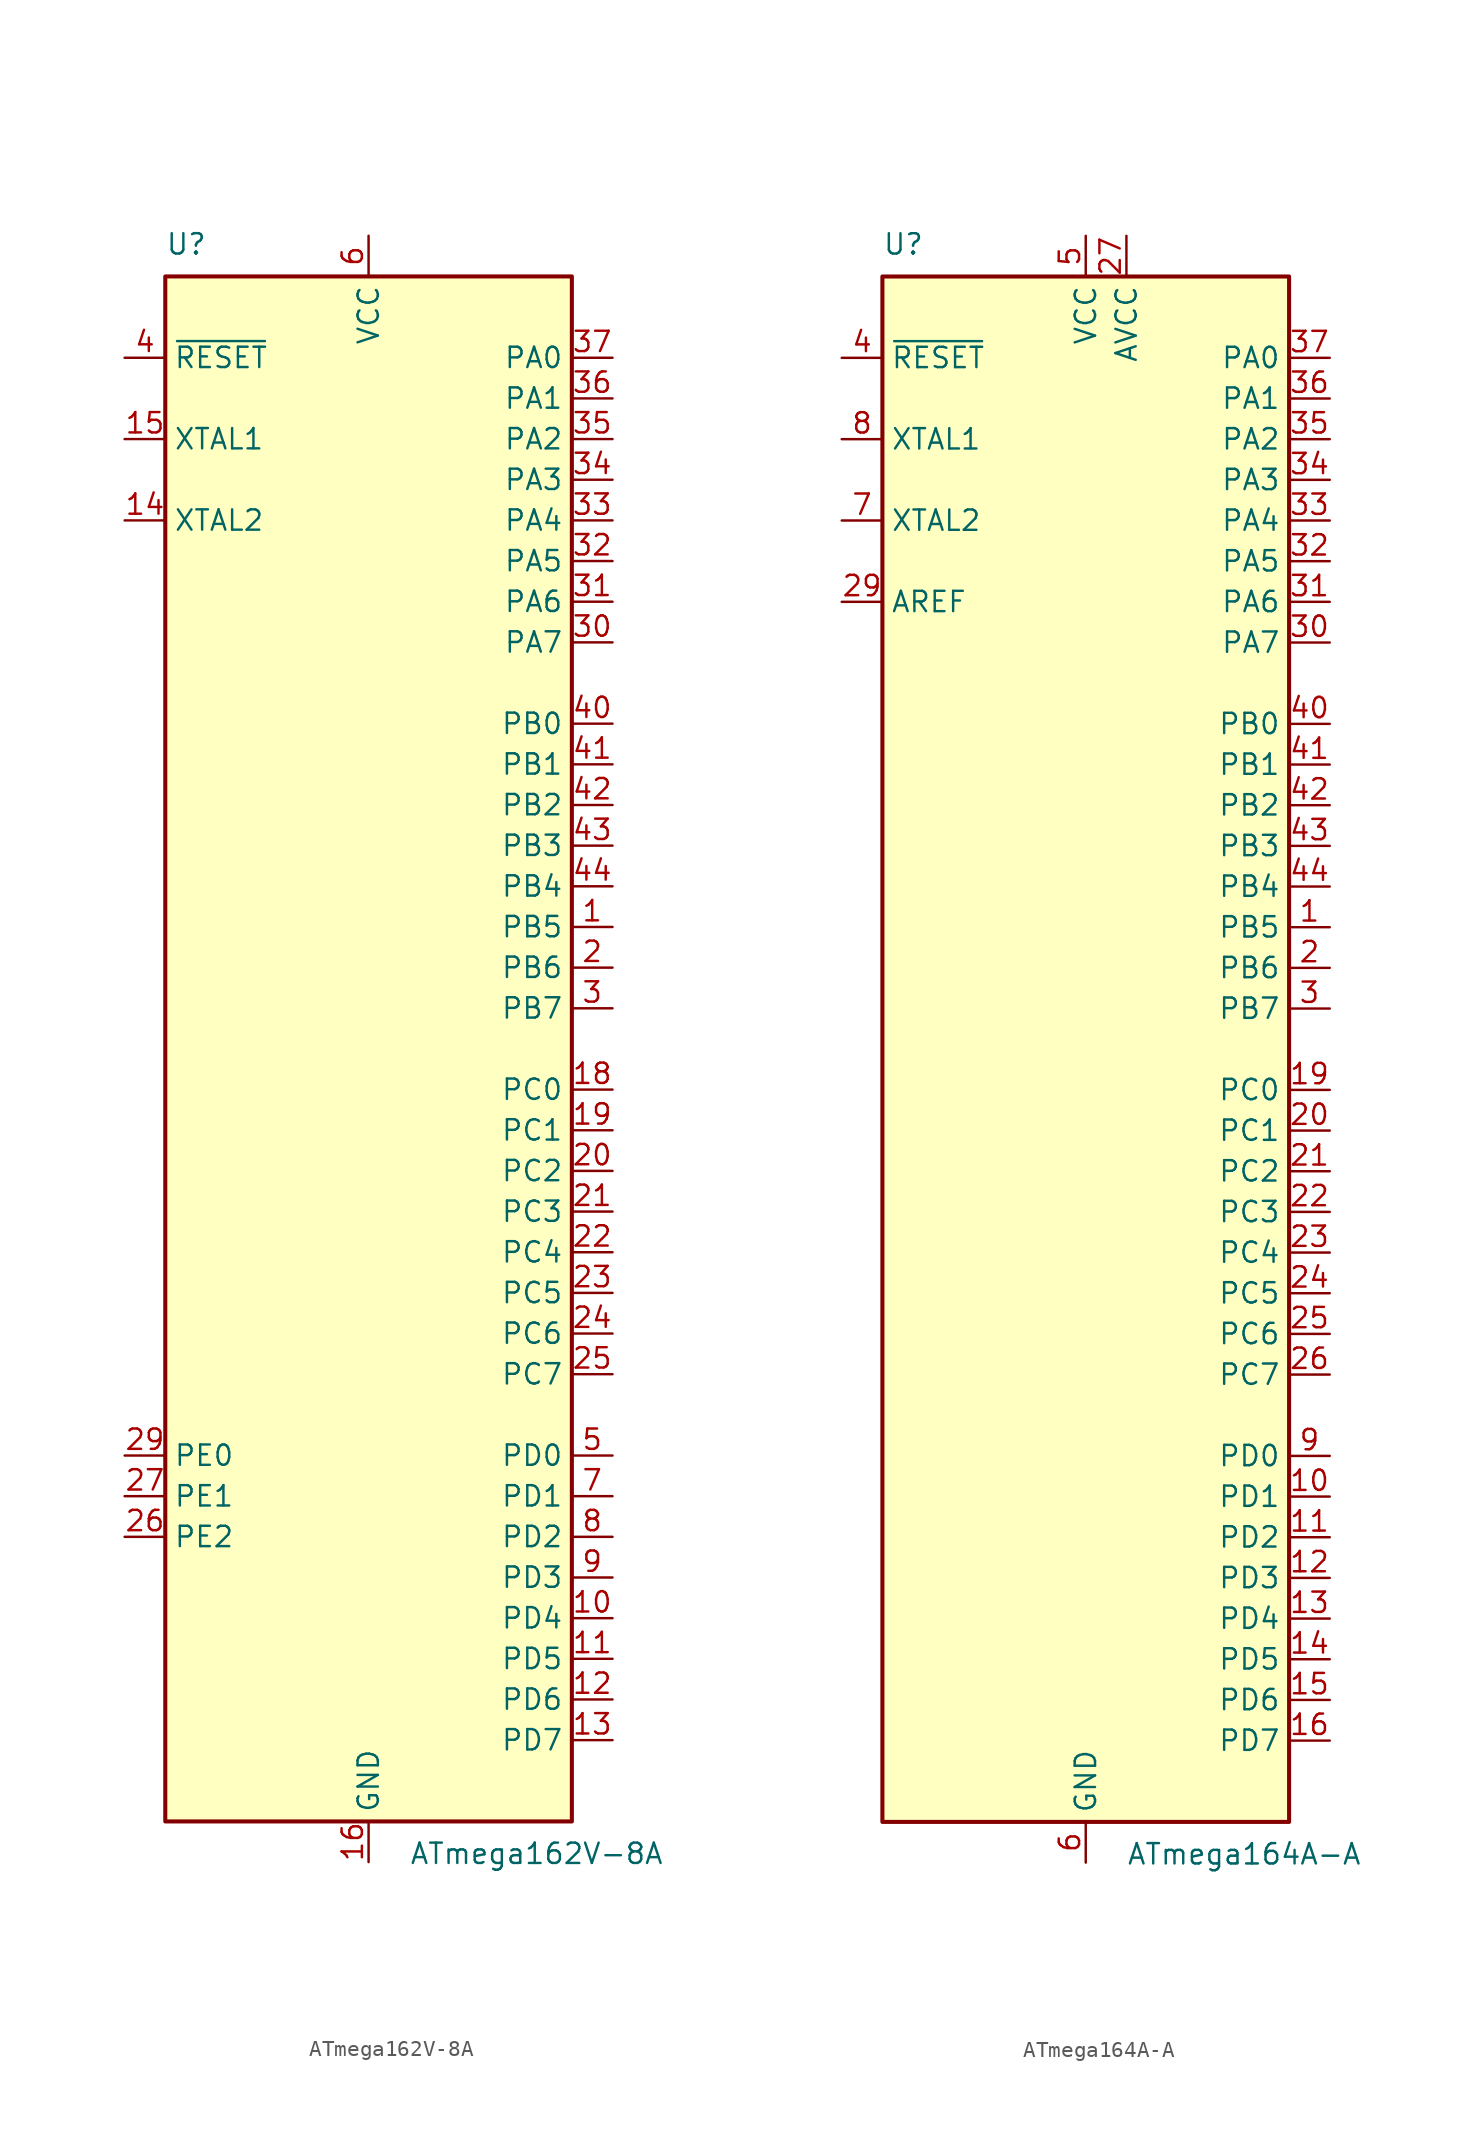
<source format=kicad_sym>
(kicad_symbol_lib
  (version 20211014)
  (generator kicad_symbol_editor)
  (symbol "ATmega162V-8A"
    (property "Reference" "U"
      (at -12.7 49.53 0)
      (effects (font (size 1.27 1.27)) (justify left bottom)))
    (property "Value" "ATmega162V-8A"
      (at 2.54 -49.53 0)
      (effects (font (size 1.27 1.27)) (justify left top)))
    (symbol "ATmega162V-8A_0_1"
      (rectangle (start -12.7 -48.26) (end 12.7 48.26) (stroke (width 0.254) (type default) (color 0 0 0 0)) (fill (type background))))
    (symbol "ATmega162V-8A_1_1"
      (pin bidirectional line (at 15.24 7.62 180) (length 2.54) (name "PB5" (effects (font (size 1.27 1.27)))) (number "1" (effects (font (size 1.27 1.27)))))
      (pin bidirectional line (at 15.24 -35.56 180) (length 2.54) (name "PD4" (effects (font (size 1.27 1.27)))) (number "10" (effects (font (size 1.27 1.27)))))
      (pin bidirectional line (at 15.24 -38.1 180) (length 2.54) (name "PD5" (effects (font (size 1.27 1.27)))) (number "11" (effects (font (size 1.27 1.27)))))
      (pin bidirectional line (at 15.24 -40.64 180) (length 2.54) (name "PD6" (effects (font (size 1.27 1.27)))) (number "12" (effects (font (size 1.27 1.27)))))
      (pin bidirectional line (at 15.24 -43.18 180) (length 2.54) (name "PD7" (effects (font (size 1.27 1.27)))) (number "13" (effects (font (size 1.27 1.27)))))
      (pin output line (at -15.24 33.02 0) (length 2.54) (name "XTAL2" (effects (font (size 1.27 1.27)))) (number "14" (effects (font (size 1.27 1.27)))))
      (pin input line (at -15.24 38.1 0) (length 2.54) (name "XTAL1" (effects (font (size 1.27 1.27)))) (number "15" (effects (font (size 1.27 1.27)))))
      (pin power_in line (at 0 -50.8 90) (length 2.54) (name "GND" (effects (font (size 1.27 1.27)))) (number "16" (effects (font (size 1.27 1.27)))))
      (pin passive line (at 0 50.8 270) (length 2.54) hide (name "VCC" (effects (font (size 1.27 1.27)))) (number "17" (effects (font (size 1.27 1.27)))))
      (pin bidirectional line (at 15.24 -2.54 180) (length 2.54) (name "PC0" (effects (font (size 1.27 1.27)))) (number "18" (effects (font (size 1.27 1.27)))))
      (pin bidirectional line (at 15.24 -5.08 180) (length 2.54) (name "PC1" (effects (font (size 1.27 1.27)))) (number "19" (effects (font (size 1.27 1.27)))))
      (pin bidirectional line (at 15.24 5.08 180) (length 2.54) (name "PB6" (effects (font (size 1.27 1.27)))) (number "2" (effects (font (size 1.27 1.27)))))
      (pin bidirectional line (at 15.24 -7.62 180) (length 2.54) (name "PC2" (effects (font (size 1.27 1.27)))) (number "20" (effects (font (size 1.27 1.27)))))
      (pin bidirectional line (at 15.24 -10.16 180) (length 2.54) (name "PC3" (effects (font (size 1.27 1.27)))) (number "21" (effects (font (size 1.27 1.27)))))
      (pin bidirectional line (at 15.24 -12.7 180) (length 2.54) (name "PC4" (effects (font (size 1.27 1.27)))) (number "22" (effects (font (size 1.27 1.27)))))
      (pin bidirectional line (at 15.24 -15.24 180) (length 2.54) (name "PC5" (effects (font (size 1.27 1.27)))) (number "23" (effects (font (size 1.27 1.27)))))
      (pin bidirectional line (at 15.24 -17.78 180) (length 2.54) (name "PC6" (effects (font (size 1.27 1.27)))) (number "24" (effects (font (size 1.27 1.27)))))
      (pin bidirectional line (at 15.24 -20.32 180) (length 2.54) (name "PC7" (effects (font (size 1.27 1.27)))) (number "25" (effects (font (size 1.27 1.27)))))
      (pin bidirectional line (at -15.24 -30.48 0) (length 2.54) (name "PE2" (effects (font (size 1.27 1.27)))) (number "26" (effects (font (size 1.27 1.27)))))
      (pin bidirectional line (at -15.24 -27.94 0) (length 2.54) (name "PE1" (effects (font (size 1.27 1.27)))) (number "27" (effects (font (size 1.27 1.27)))))
      (pin passive line (at 0 -50.8 90) (length 2.54) hide (name "GND" (effects (font (size 1.27 1.27)))) (number "28" (effects (font (size 1.27 1.27)))))
      (pin bidirectional line (at -15.24 -25.4 0) (length 2.54) (name "PE0" (effects (font (size 1.27 1.27)))) (number "29" (effects (font (size 1.27 1.27)))))
      (pin bidirectional line (at 15.24 2.54 180) (length 2.54) (name "PB7" (effects (font (size 1.27 1.27)))) (number "3" (effects (font (size 1.27 1.27)))))
      (pin bidirectional line (at 15.24 25.4 180) (length 2.54) (name "PA7" (effects (font (size 1.27 1.27)))) (number "30" (effects (font (size 1.27 1.27)))))
      (pin bidirectional line (at 15.24 27.94 180) (length 2.54) (name "PA6" (effects (font (size 1.27 1.27)))) (number "31" (effects (font (size 1.27 1.27)))))
      (pin bidirectional line (at 15.24 30.48 180) (length 2.54) (name "PA5" (effects (font (size 1.27 1.27)))) (number "32" (effects (font (size 1.27 1.27)))))
      (pin bidirectional line (at 15.24 33.02 180) (length 2.54) (name "PA4" (effects (font (size 1.27 1.27)))) (number "33" (effects (font (size 1.27 1.27)))))
      (pin bidirectional line (at 15.24 35.56 180) (length 2.54) (name "PA3" (effects (font (size 1.27 1.27)))) (number "34" (effects (font (size 1.27 1.27)))))
      (pin bidirectional line (at 15.24 38.1 180) (length 2.54) (name "PA2" (effects (font (size 1.27 1.27)))) (number "35" (effects (font (size 1.27 1.27)))))
      (pin bidirectional line (at 15.24 40.64 180) (length 2.54) (name "PA1" (effects (font (size 1.27 1.27)))) (number "36" (effects (font (size 1.27 1.27)))))
      (pin bidirectional line (at 15.24 43.18 180) (length 2.54) (name "PA0" (effects (font (size 1.27 1.27)))) (number "37" (effects (font (size 1.27 1.27)))))
      (pin passive line (at 0 50.8 270) (length 2.54) hide (name "VCC" (effects (font (size 1.27 1.27)))) (number "38" (effects (font (size 1.27 1.27)))))
      (pin passive line (at 0 -50.8 90) (length 2.54) hide (name "GND" (effects (font (size 1.27 1.27)))) (number "39" (effects (font (size 1.27 1.27)))))
      (pin input line (at -15.24 43.18 0) (length 2.54) (name "~{RESET}" (effects (font (size 1.27 1.27)))) (number "4" (effects (font (size 1.27 1.27)))))
      (pin bidirectional line (at 15.24 20.32 180) (length 2.54) (name "PB0" (effects (font (size 1.27 1.27)))) (number "40" (effects (font (size 1.27 1.27)))))
      (pin bidirectional line (at 15.24 17.78 180) (length 2.54) (name "PB1" (effects (font (size 1.27 1.27)))) (number "41" (effects (font (size 1.27 1.27)))))
      (pin bidirectional line (at 15.24 15.24 180) (length 2.54) (name "PB2" (effects (font (size 1.27 1.27)))) (number "42" (effects (font (size 1.27 1.27)))))
      (pin bidirectional line (at 15.24 12.7 180) (length 2.54) (name "PB3" (effects (font (size 1.27 1.27)))) (number "43" (effects (font (size 1.27 1.27)))))
      (pin bidirectional line (at 15.24 10.16 180) (length 2.54) (name "PB4" (effects (font (size 1.27 1.27)))) (number "44" (effects (font (size 1.27 1.27)))))
      (pin bidirectional line (at 15.24 -25.4 180) (length 2.54) (name "PD0" (effects (font (size 1.27 1.27)))) (number "5" (effects (font (size 1.27 1.27)))))
      (pin power_in line (at 0 50.8 270) (length 2.54) (name "VCC" (effects (font (size 1.27 1.27)))) (number "6" (effects (font (size 1.27 1.27)))))
      (pin bidirectional line (at 15.24 -27.94 180) (length 2.54) (name "PD1" (effects (font (size 1.27 1.27)))) (number "7" (effects (font (size 1.27 1.27)))))
      (pin bidirectional line (at 15.24 -30.48 180) (length 2.54) (name "PD2" (effects (font (size 1.27 1.27)))) (number "8" (effects (font (size 1.27 1.27)))))
      (pin bidirectional line (at 15.24 -33.02 180) (length 2.54) (name "PD3" (effects (font (size 1.27 1.27)))) (number "9" (effects (font (size 1.27 1.27)))))))
  (symbol "ATmega164A-A"
    (property "Reference" "U"
      (at -12.7 49.53 0)
      (effects (font (size 1.27 1.27)) (justify left bottom)))
    (property "Value" "ATmega164A-A"
      (at 2.54 -49.53 0)
      (effects (font (size 1.27 1.27)) (justify left top)))
    (symbol "ATmega164A-A_0_1"
      (rectangle (start -12.7 -48.26) (end 12.7 48.26) (stroke (width 0.254) (type default) (color 0 0 0 0)) (fill (type background))))
    (symbol "ATmega164A-A_1_1"
      (pin bidirectional line (at 15.24 7.62 180) (length 2.54) (name "PB5" (effects (font (size 1.27 1.27)))) (number "1" (effects (font (size 1.27 1.27)))))
      (pin bidirectional line (at 15.24 -27.94 180) (length 2.54) (name "PD1" (effects (font (size 1.27 1.27)))) (number "10" (effects (font (size 1.27 1.27)))))
      (pin bidirectional line (at 15.24 -30.48 180) (length 2.54) (name "PD2" (effects (font (size 1.27 1.27)))) (number "11" (effects (font (size 1.27 1.27)))))
      (pin bidirectional line (at 15.24 -33.02 180) (length 2.54) (name "PD3" (effects (font (size 1.27 1.27)))) (number "12" (effects (font (size 1.27 1.27)))))
      (pin bidirectional line (at 15.24 -35.56 180) (length 2.54) (name "PD4" (effects (font (size 1.27 1.27)))) (number "13" (effects (font (size 1.27 1.27)))))
      (pin bidirectional line (at 15.24 -38.1 180) (length 2.54) (name "PD5" (effects (font (size 1.27 1.27)))) (number "14" (effects (font (size 1.27 1.27)))))
      (pin bidirectional line (at 15.24 -40.64 180) (length 2.54) (name "PD6" (effects (font (size 1.27 1.27)))) (number "15" (effects (font (size 1.27 1.27)))))
      (pin bidirectional line (at 15.24 -43.18 180) (length 2.54) (name "PD7" (effects (font (size 1.27 1.27)))) (number "16" (effects (font (size 1.27 1.27)))))
      (pin passive line (at 0 50.8 270) (length 2.54) hide (name "VCC" (effects (font (size 1.27 1.27)))) (number "17" (effects (font (size 1.27 1.27)))))
      (pin passive line (at 0 -50.8 90) (length 2.54) hide (name "GND" (effects (font (size 1.27 1.27)))) (number "18" (effects (font (size 1.27 1.27)))))
      (pin bidirectional line (at 15.24 -2.54 180) (length 2.54) (name "PC0" (effects (font (size 1.27 1.27)))) (number "19" (effects (font (size 1.27 1.27)))))
      (pin bidirectional line (at 15.24 5.08 180) (length 2.54) (name "PB6" (effects (font (size 1.27 1.27)))) (number "2" (effects (font (size 1.27 1.27)))))
      (pin bidirectional line (at 15.24 -5.08 180) (length 2.54) (name "PC1" (effects (font (size 1.27 1.27)))) (number "20" (effects (font (size 1.27 1.27)))))
      (pin bidirectional line (at 15.24 -7.62 180) (length 2.54) (name "PC2" (effects (font (size 1.27 1.27)))) (number "21" (effects (font (size 1.27 1.27)))))
      (pin bidirectional line (at 15.24 -10.16 180) (length 2.54) (name "PC3" (effects (font (size 1.27 1.27)))) (number "22" (effects (font (size 1.27 1.27)))))
      (pin bidirectional line (at 15.24 -12.7 180) (length 2.54) (name "PC4" (effects (font (size 1.27 1.27)))) (number "23" (effects (font (size 1.27 1.27)))))
      (pin bidirectional line (at 15.24 -15.24 180) (length 2.54) (name "PC5" (effects (font (size 1.27 1.27)))) (number "24" (effects (font (size 1.27 1.27)))))
      (pin bidirectional line (at 15.24 -17.78 180) (length 2.54) (name "PC6" (effects (font (size 1.27 1.27)))) (number "25" (effects (font (size 1.27 1.27)))))
      (pin bidirectional line (at 15.24 -20.32 180) (length 2.54) (name "PC7" (effects (font (size 1.27 1.27)))) (number "26" (effects (font (size 1.27 1.27)))))
      (pin power_in line (at 2.54 50.8 270) (length 2.54) (name "AVCC" (effects (font (size 1.27 1.27)))) (number "27" (effects (font (size 1.27 1.27)))))
      (pin passive line (at 0 -50.8 90) (length 2.54) hide (name "GND" (effects (font (size 1.27 1.27)))) (number "28" (effects (font (size 1.27 1.27)))))
      (pin passive line (at -15.24 27.94 0) (length 2.54) (name "AREF" (effects (font (size 1.27 1.27)))) (number "29" (effects (font (size 1.27 1.27)))))
      (pin bidirectional line (at 15.24 2.54 180) (length 2.54) (name "PB7" (effects (font (size 1.27 1.27)))) (number "3" (effects (font (size 1.27 1.27)))))
      (pin bidirectional line (at 15.24 25.4 180) (length 2.54) (name "PA7" (effects (font (size 1.27 1.27)))) (number "30" (effects (font (size 1.27 1.27)))))
      (pin bidirectional line (at 15.24 27.94 180) (length 2.54) (name "PA6" (effects (font (size 1.27 1.27)))) (number "31" (effects (font (size 1.27 1.27)))))
      (pin bidirectional line (at 15.24 30.48 180) (length 2.54) (name "PA5" (effects (font (size 1.27 1.27)))) (number "32" (effects (font (size 1.27 1.27)))))
      (pin bidirectional line (at 15.24 33.02 180) (length 2.54) (name "PA4" (effects (font (size 1.27 1.27)))) (number "33" (effects (font (size 1.27 1.27)))))
      (pin bidirectional line (at 15.24 35.56 180) (length 2.54) (name "PA3" (effects (font (size 1.27 1.27)))) (number "34" (effects (font (size 1.27 1.27)))))
      (pin bidirectional line (at 15.24 38.1 180) (length 2.54) (name "PA2" (effects (font (size 1.27 1.27)))) (number "35" (effects (font (size 1.27 1.27)))))
      (pin bidirectional line (at 15.24 40.64 180) (length 2.54) (name "PA1" (effects (font (size 1.27 1.27)))) (number "36" (effects (font (size 1.27 1.27)))))
      (pin bidirectional line (at 15.24 43.18 180) (length 2.54) (name "PA0" (effects (font (size 1.27 1.27)))) (number "37" (effects (font (size 1.27 1.27)))))
      (pin passive line (at 0 50.8 270) (length 2.54) hide (name "VCC" (effects (font (size 1.27 1.27)))) (number "38" (effects (font (size 1.27 1.27)))))
      (pin passive line (at 0 -50.8 90) (length 2.54) hide (name "GND" (effects (font (size 1.27 1.27)))) (number "39" (effects (font (size 1.27 1.27)))))
      (pin input line (at -15.24 43.18 0) (length 2.54) (name "~{RESET}" (effects (font (size 1.27 1.27)))) (number "4" (effects (font (size 1.27 1.27)))))
      (pin bidirectional line (at 15.24 20.32 180) (length 2.54) (name "PB0" (effects (font (size 1.27 1.27)))) (number "40" (effects (font (size 1.27 1.27)))))
      (pin bidirectional line (at 15.24 17.78 180) (length 2.54) (name "PB1" (effects (font (size 1.27 1.27)))) (number "41" (effects (font (size 1.27 1.27)))))
      (pin bidirectional line (at 15.24 15.24 180) (length 2.54) (name "PB2" (effects (font (size 1.27 1.27)))) (number "42" (effects (font (size 1.27 1.27)))))
      (pin bidirectional line (at 15.24 12.7 180) (length 2.54) (name "PB3" (effects (font (size 1.27 1.27)))) (number "43" (effects (font (size 1.27 1.27)))))
      (pin bidirectional line (at 15.24 10.16 180) (length 2.54) (name "PB4" (effects (font (size 1.27 1.27)))) (number "44" (effects (font (size 1.27 1.27)))))
      (pin power_in line (at 0 50.8 270) (length 2.54) (name "VCC" (effects (font (size 1.27 1.27)))) (number "5" (effects (font (size 1.27 1.27)))))
      (pin power_in line (at 0 -50.8 90) (length 2.54) (name "GND" (effects (font (size 1.27 1.27)))) (number "6" (effects (font (size 1.27 1.27)))))
      (pin output line (at -15.24 33.02 0) (length 2.54) (name "XTAL2" (effects (font (size 1.27 1.27)))) (number "7" (effects (font (size 1.27 1.27)))))
      (pin input line (at -15.24 38.1 0) (length 2.54) (name "XTAL1" (effects (font (size 1.27 1.27)))) (number "8" (effects (font (size 1.27 1.27)))))
      (pin bidirectional line (at 15.24 -25.4 180) (length 2.54) (name "PD0" (effects (font (size 1.27 1.27)))) (number "9" (effects (font (size 1.27 1.27))))))))
</source>
